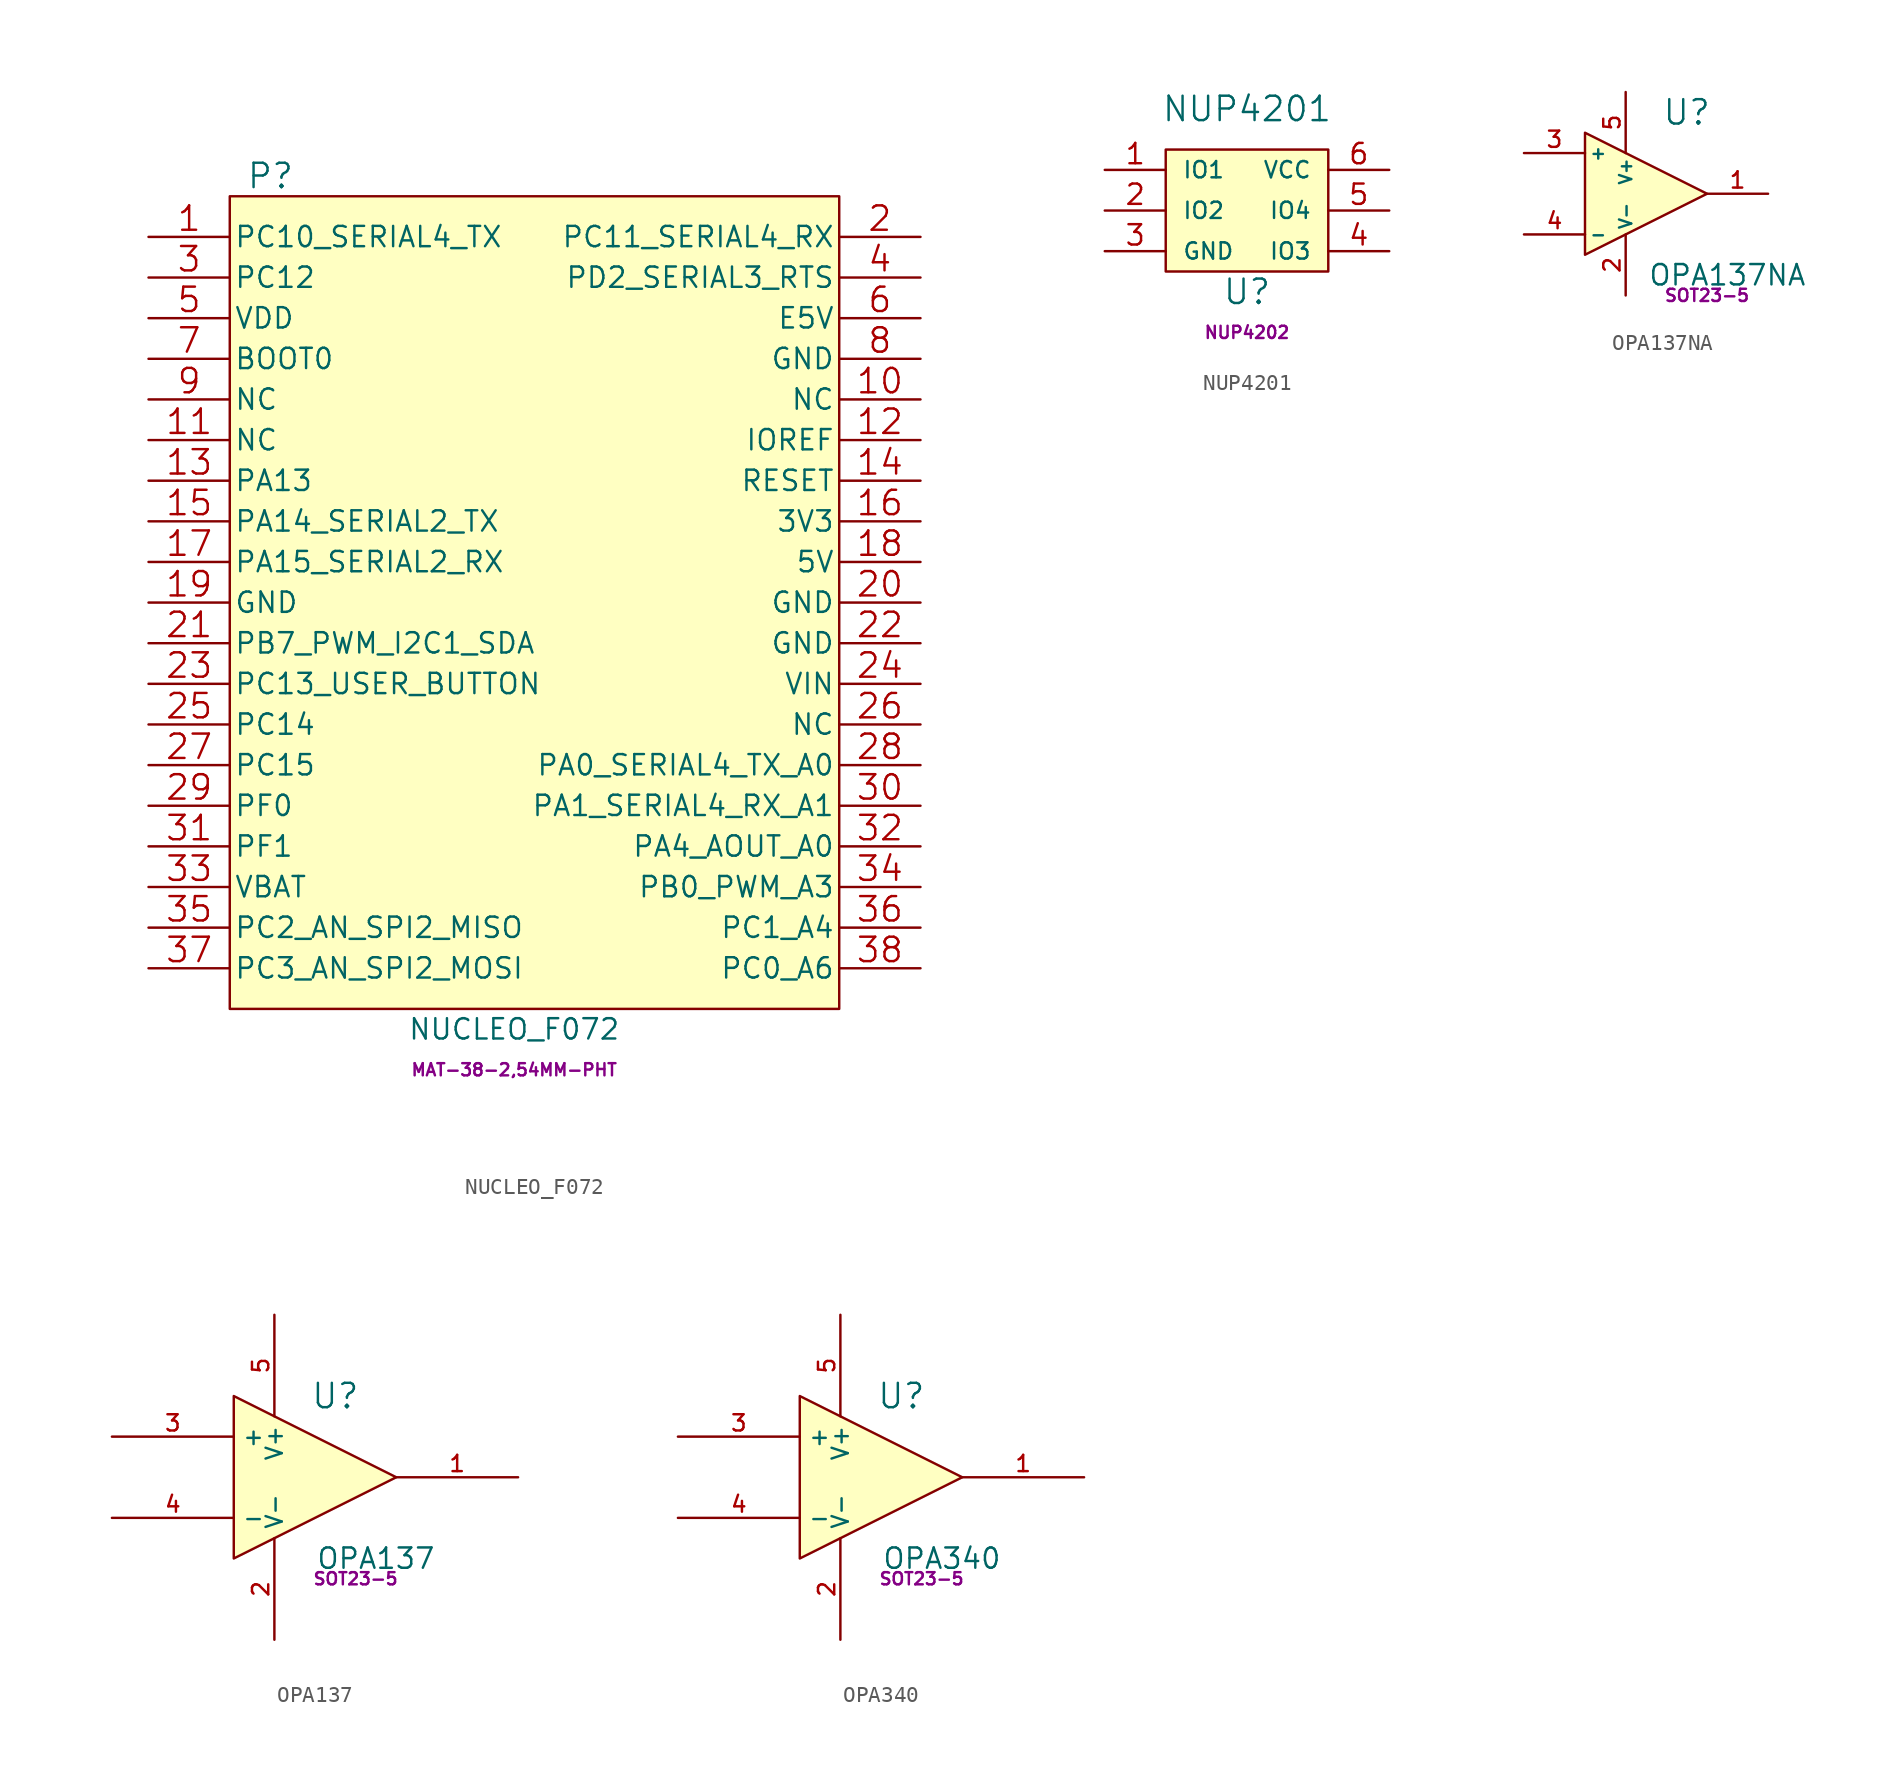
<source format=kicad_sym>
(kicad_symbol_lib
  (version 20220914)
  (generator kicad_symbol_editor)
  (symbol "NUCLEO_F072"
    (pin_names
      (offset 0.254))
    (property "Reference" "P"
      (at -16.51 26.67 0)
      (effects (font (size 1.524 1.524))))
    (property "Value" "NUCLEO_F072"
      (at -1.27 -26.67 0)
      (effects (font (size 1.27 1.27))))
    (property "Footprint" "MAT-38-2,54MM-PHT"
      (at -1.27 -29.21 0)
      (effects (font (size 0.762 0.762))))
    (property "Datasheet" ""
      (at -13.97 0 0)
      (effects (font (size 1.524 1.524))))
    (symbol "NUCLEO_F072_0_1"
      (rectangle (start -19.05 25.4) (end 19.05 -25.4) (stroke (width 0) (type default)) (fill (type background))))
    (symbol "NUCLEO_F072_1_1"
      (pin passive line (at -24.13 22.86 0) (length 5.08) (name "PC10_SERIAL4_TX" (effects (font (size 1.27 1.27)))) (number "1" (effects (font (size 1.524 1.524)))))
      (pin passive line (at 24.13 12.7 180) (length 5.08) (name "NC" (effects (font (size 1.27 1.27)))) (number "10" (effects (font (size 1.524 1.524)))))
      (pin passive line (at -24.13 10.16 0) (length 5.08) (name "NC" (effects (font (size 1.27 1.27)))) (number "11" (effects (font (size 1.524 1.524)))))
      (pin passive line (at 24.13 10.16 180) (length 5.08) (name "IOREF" (effects (font (size 1.27 1.27)))) (number "12" (effects (font (size 1.524 1.524)))))
      (pin passive line (at -24.13 7.62 0) (length 5.08) (name "PA13" (effects (font (size 1.27 1.27)))) (number "13" (effects (font (size 1.524 1.524)))))
      (pin passive line (at 24.13 7.62 180) (length 5.08) (name "RESET" (effects (font (size 1.27 1.27)))) (number "14" (effects (font (size 1.524 1.524)))))
      (pin passive line (at -24.13 5.08 0) (length 5.08) (name "PA14_SERIAL2_TX" (effects (font (size 1.27 1.27)))) (number "15" (effects (font (size 1.524 1.524)))))
      (pin passive line (at 24.13 5.08 180) (length 5.08) (name "3V3" (effects (font (size 1.27 1.27)))) (number "16" (effects (font (size 1.524 1.524)))))
      (pin passive line (at -24.13 2.54 0) (length 5.08) (name "PA15_SERIAL2_RX" (effects (font (size 1.27 1.27)))) (number "17" (effects (font (size 1.524 1.524)))))
      (pin passive line (at 24.13 2.54 180) (length 5.08) (name "5V" (effects (font (size 1.27 1.27)))) (number "18" (effects (font (size 1.524 1.524)))))
      (pin passive line (at -24.13 0 0) (length 5.08) (name "GND" (effects (font (size 1.27 1.27)))) (number "19" (effects (font (size 1.524 1.524)))))
      (pin passive line (at 24.13 22.86 180) (length 5.08) (name "PC11_SERIAL4_RX" (effects (font (size 1.27 1.27)))) (number "2" (effects (font (size 1.524 1.524)))))
      (pin passive line (at 24.13 0 180) (length 5.08) (name "GND" (effects (font (size 1.27 1.27)))) (number "20" (effects (font (size 1.524 1.524)))))
      (pin passive line (at -24.13 -2.54 0) (length 5.08) (name "PB7_PWM_I2C1_SDA" (effects (font (size 1.27 1.27)))) (number "21" (effects (font (size 1.524 1.524)))))
      (pin passive line (at 24.13 -2.54 180) (length 5.08) (name "GND" (effects (font (size 1.27 1.27)))) (number "22" (effects (font (size 1.524 1.524)))))
      (pin passive line (at -24.13 -5.08 0) (length 5.08) (name "PC13_USER_BUTTON" (effects (font (size 1.27 1.27)))) (number "23" (effects (font (size 1.524 1.524)))))
      (pin passive line (at 24.13 -5.08 180) (length 5.08) (name "VIN" (effects (font (size 1.27 1.27)))) (number "24" (effects (font (size 1.524 1.524)))))
      (pin passive line (at -24.13 -7.62 0) (length 5.08) (name "PC14" (effects (font (size 1.27 1.27)))) (number "25" (effects (font (size 1.524 1.524)))))
      (pin passive line (at 24.13 -7.62 180) (length 5.08) (name "NC" (effects (font (size 1.27 1.27)))) (number "26" (effects (font (size 1.524 1.524)))))
      (pin passive line (at -24.13 -10.16 0) (length 5.08) (name "PC15" (effects (font (size 1.27 1.27)))) (number "27" (effects (font (size 1.524 1.524)))))
      (pin passive line (at 24.13 -10.16 180) (length 5.08) (name "PA0_SERIAL4_TX_A0" (effects (font (size 1.27 1.27)))) (number "28" (effects (font (size 1.524 1.524)))))
      (pin passive line (at -24.13 -12.7 0) (length 5.08) (name "PF0" (effects (font (size 1.27 1.27)))) (number "29" (effects (font (size 1.524 1.524)))))
      (pin passive line (at -24.13 20.32 0) (length 5.08) (name "PC12" (effects (font (size 1.27 1.27)))) (number "3" (effects (font (size 1.524 1.524)))))
      (pin passive line (at 24.13 -12.7 180) (length 5.08) (name "PA1_SERIAL4_RX_A1" (effects (font (size 1.27 1.27)))) (number "30" (effects (font (size 1.524 1.524)))))
      (pin passive line (at -24.13 -15.24 0) (length 5.08) (name "PF1" (effects (font (size 1.27 1.27)))) (number "31" (effects (font (size 1.524 1.524)))))
      (pin passive line (at 24.13 -15.24 180) (length 5.08) (name "PA4_AOUT_A0" (effects (font (size 1.27 1.27)))) (number "32" (effects (font (size 1.524 1.524)))))
      (pin passive line (at -24.13 -17.78 0) (length 5.08) (name "VBAT" (effects (font (size 1.27 1.27)))) (number "33" (effects (font (size 1.524 1.524)))))
      (pin passive line (at 24.13 -17.78 180) (length 5.08) (name "PB0_PWM_A3" (effects (font (size 1.27 1.27)))) (number "34" (effects (font (size 1.524 1.524)))))
      (pin passive line (at -24.13 -20.32 0) (length 5.08) (name "PC2_AN_SPI2_MISO" (effects (font (size 1.27 1.27)))) (number "35" (effects (font (size 1.524 1.524)))))
      (pin passive line (at 24.13 -20.32 180) (length 5.08) (name "PC1_A4" (effects (font (size 1.27 1.27)))) (number "36" (effects (font (size 1.524 1.524)))))
      (pin passive line (at -24.13 -22.86 0) (length 5.08) (name "PC3_AN_SPI2_MOSI" (effects (font (size 1.27 1.27)))) (number "37" (effects (font (size 1.524 1.524)))))
      (pin passive line (at 24.13 -22.86 180) (length 5.08) (name "PC0_A6" (effects (font (size 1.27 1.27)))) (number "38" (effects (font (size 1.524 1.524)))))
      (pin passive line (at 24.13 20.32 180) (length 5.08) (name "PD2_SERIAL3_RTS" (effects (font (size 1.27 1.27)))) (number "4" (effects (font (size 1.524 1.524)))))
      (pin passive line (at -24.13 17.78 0) (length 5.08) (name "VDD" (effects (font (size 1.27 1.27)))) (number "5" (effects (font (size 1.524 1.524)))))
      (pin passive line (at 24.13 17.78 180) (length 5.08) (name "E5V" (effects (font (size 1.27 1.27)))) (number "6" (effects (font (size 1.524 1.524)))))
      (pin passive line (at -24.13 15.24 0) (length 5.08) (name "BOOT0" (effects (font (size 1.27 1.27)))) (number "7" (effects (font (size 1.524 1.524)))))
      (pin passive line (at 24.13 15.24 180) (length 5.08) (name "GND" (effects (font (size 1.27 1.27)))) (number "8" (effects (font (size 1.524 1.524)))))
      (pin passive line (at -24.13 12.7 0) (length 5.08) (name "NC" (effects (font (size 1.27 1.27)))) (number "9" (effects (font (size 1.524 1.524)))))))
  (symbol "NUP4201"
    (pin_names
      (offset 1.016))
    (property "Reference" "U"
      (at 0 -5.08 0)
      (effects (font (size 1.524 1.524))))
    (property "Value" "NUP4201"
      (at 0 6.35 0)
      (effects (font (size 1.524 1.524))))
    (property "Footprint" "NUP4202"
      (at 0 -7.62 0)
      (effects (font (size 0.762 0.762))))
    (property "Datasheet" ""
      (at 0 0 0)
      (effects (font (size 1.524 1.524))))
    (symbol "NUP4201_0_1"
      (rectangle (start -5.08 3.81) (end 5.08 -3.81) (stroke (width 0) (type default)) (fill (type background))))
    (symbol "NUP4201_1_1"
      (pin bidirectional line (at -8.89 2.54 0) (length 3.81) (name "IO1" (effects (font (size 1.016 1.016)))) (number "1" (effects (font (size 1.27 1.27)))))
      (pin bidirectional line (at -8.89 0 0) (length 3.81) (name "IO2" (effects (font (size 1.016 1.016)))) (number "2" (effects (font (size 1.27 1.27)))))
      (pin bidirectional line (at -8.89 -2.54 0) (length 3.81) (name "GND" (effects (font (size 1.016 1.016)))) (number "3" (effects (font (size 1.27 1.27)))))
      (pin bidirectional line (at 8.89 -2.54 180) (length 3.81) (name "IO3" (effects (font (size 1.016 1.016)))) (number "4" (effects (font (size 1.27 1.27)))))
      (pin bidirectional line (at 8.89 0 180) (length 3.81) (name "IO4" (effects (font (size 1.016 1.016)))) (number "5" (effects (font (size 1.27 1.27)))))
      (pin passive line (at 8.89 2.54 180) (length 3.81) (name "VCC" (effects (font (size 1.016 1.016)))) (number "6" (effects (font (size 1.27 1.27)))))))
  (symbol "OPA137NA"
    (pin_names
      (offset 0.254))
    (property "Reference" "U"
      (at 3.81 5.08 0)
      (effects (font (size 1.524 1.524))))
    (property "Value" "OPA137NA"
      (at 6.35 -5.08 0)
      (effects (font (size 1.27 1.27))))
    (property "Footprint" "SOT23-5"
      (at 5.08 -6.35 0)
      (effects (font (size 0.762 0.762))))
    (property "Datasheet" ""
      (at 0 0 0)
      (effects (font (size 1.524 1.524))))
    (symbol "OPA137NA_0_1"
      (polyline (pts (xy -2.54 -3.81) (xy -2.54 3.81) (xy 5.08 0) (xy -2.54 -3.81)) (stroke (width 0) (type default)) (fill (type background)))
      (pin power_in line (at 0 -6.35 90) (length 3.81) (name "V-" (effects (font (size 0.762 0.762)))) (number "2" (effects (font (size 1.016 1.016)))))
      (pin power_in line (at 0 6.35 270) (length 3.81) (name "V+" (effects (font (size 0.762 0.762)))) (number "5" (effects (font (size 1.016 1.016))))))
    (symbol "OPA137NA_1_1"
      (pin output line (at 8.89 0 180) (length 3.81) (name "~" (effects (font (size 0.762 0.762)))) (number "1" (effects (font (size 1.016 1.016)))))
      (pin input line (at -6.35 2.54 0) (length 3.81) (name "+" (effects (font (size 0.762 0.762)))) (number "3" (effects (font (size 1.016 1.016)))))
      (pin input line (at -6.35 -2.54 0) (length 3.81) (name "-" (effects (font (size 0.762 0.762)))) (number "4" (effects (font (size 1.016 1.016)))))))
  (symbol "OPA137"
    (property "Reference" "U"
      (at 3.81 5.08 0)
      (effects (font (size 1.524 1.524))))
    (property "Value" "OPA137"
      (at 6.35 -5.08 0)
      (effects (font (size 1.27 1.27))))
    (property "Footprint" "SOT23-5"
      (at 5.08 -6.35 0)
      (effects (font (size 0.762 0.762))))
    (property "Datasheet" ""
      (at 0 0 0)
      (effects (font (size 1.524 1.524))))
    (symbol "OPA137_0_1"
      (polyline (pts (xy -2.54 5.08) (xy 7.62 0) (xy -2.54 -5.08) (xy -2.54 5.08)) (stroke (width 0.152) (type default)) (fill (type background)))
      (pin power_in line (at 0 -10.16 90) (length 6.35) (name "V-" (effects (font (size 1.016 1.016)))) (number "2" (effects (font (size 1.016 1.016)))))
      (pin power_in line (at 0 10.16 270) (length 6.35) (name "V+" (effects (font (size 1.016 1.016)))) (number "5" (effects (font (size 1.016 1.016))))))
    (symbol "OPA137_1_1"
      (pin output line (at 15.24 0 180) (length 7.62) (name "~" (effects (font (size 1.016 1.016)))) (number "1" (effects (font (size 1.016 1.016)))))
      (pin input line (at -10.16 2.54 0) (length 7.62) (name "+" (effects (font (size 1.016 1.016)))) (number "3" (effects (font (size 1.016 1.016)))))
      (pin input line (at -10.16 -2.54 0) (length 7.62) (name "-" (effects (font (size 1.016 1.016)))) (number "4" (effects (font (size 1.016 1.016)))))))
  (symbol "OPA340"
    (property "Reference" "U"
      (at 3.81 5.08 0)
      (effects (font (size 1.524 1.524))))
    (property "Value" "OPA340"
      (at 6.35 -5.08 0)
      (effects (font (size 1.27 1.27))))
    (property "Footprint" "SOT23-5"
      (at 5.08 -6.35 0)
      (effects (font (size 0.762 0.762))))
    (property "Datasheet" ""
      (at 0 0 0)
      (effects (font (size 1.524 1.524))))
    (symbol "OPA340_0_1"
      (polyline (pts (xy -2.54 5.08) (xy 7.62 0) (xy -2.54 -5.08) (xy -2.54 5.08)) (stroke (width 0.152) (type default)) (fill (type background)))
      (pin power_in line (at 0 -10.16 90) (length 6.35) (name "V-" (effects (font (size 1.016 1.016)))) (number "2" (effects (font (size 1.016 1.016)))))
      (pin power_in line (at 0 10.16 270) (length 6.35) (name "V+" (effects (font (size 1.016 1.016)))) (number "5" (effects (font (size 1.016 1.016))))))
    (symbol "OPA340_1_1"
      (pin output line (at 15.24 0 180) (length 7.62) (name "~" (effects (font (size 1.016 1.016)))) (number "1" (effects (font (size 1.016 1.016)))))
      (pin input line (at -10.16 2.54 0) (length 7.62) (name "+" (effects (font (size 1.016 1.016)))) (number "3" (effects (font (size 1.016 1.016)))))
      (pin input line (at -10.16 -2.54 0) (length 7.62) (name "-" (effects (font (size 1.016 1.016)))) (number "4" (effects (font (size 1.016 1.016))))))))
</source>
